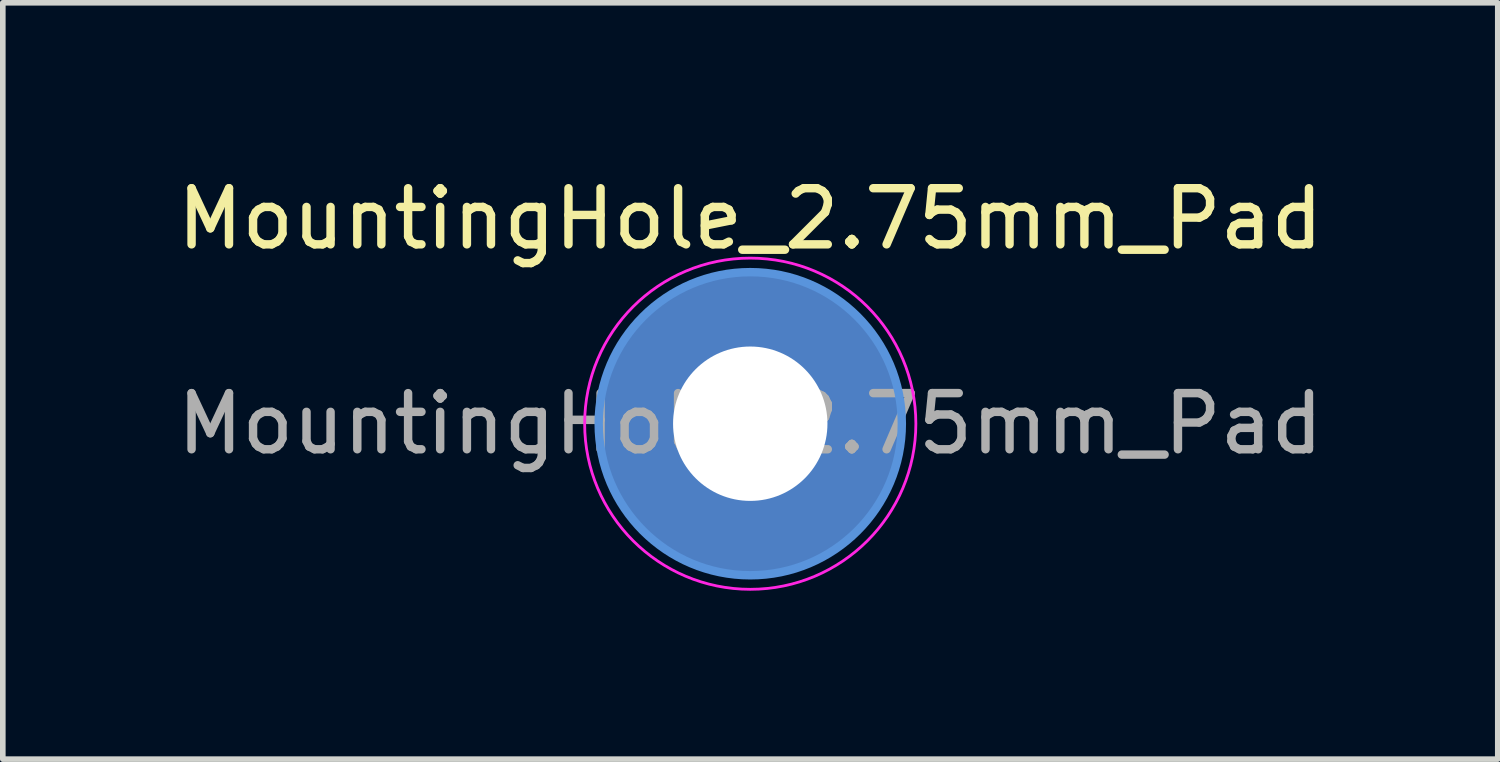
<source format=kicad_pcb>
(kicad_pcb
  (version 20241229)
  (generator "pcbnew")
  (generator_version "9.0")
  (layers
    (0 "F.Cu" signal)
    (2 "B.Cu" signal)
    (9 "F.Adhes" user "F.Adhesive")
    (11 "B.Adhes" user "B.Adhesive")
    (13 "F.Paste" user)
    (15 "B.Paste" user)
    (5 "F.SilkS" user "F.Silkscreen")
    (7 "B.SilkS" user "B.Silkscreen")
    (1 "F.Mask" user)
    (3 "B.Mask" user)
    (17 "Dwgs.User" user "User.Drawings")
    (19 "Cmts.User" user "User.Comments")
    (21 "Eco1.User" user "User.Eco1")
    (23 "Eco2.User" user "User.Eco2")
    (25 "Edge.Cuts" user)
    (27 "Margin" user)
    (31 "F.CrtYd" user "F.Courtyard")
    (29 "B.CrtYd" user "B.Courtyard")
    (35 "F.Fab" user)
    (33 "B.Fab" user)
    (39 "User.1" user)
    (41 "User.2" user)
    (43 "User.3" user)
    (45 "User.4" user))
  (footprint "MountingHole_2.75mm_Pad"
    (layer "F.Cu")
    (at 10.315 4.498)
    (property "Reference" "MountingHole_2.75mm_Pad" (at 0 -3.65 0) (layer "F.SilkS") (effects (font (size 1 1) (thickness 0.15))))
    (attr exclude_from_pos_files exclude_from_bom)
    (fp_circle (center 0 0) (end 2.7 0) (stroke (width 0.15) (type solid)) (fill no) (layer "Cmts.User"))
    (fp_circle (center 0 0) (end 2.95 0) (stroke (width 0.05) (type solid)) (fill no) (layer "F.CrtYd"))
    (fp_text user "${REFERENCE}" (at 0 0 0) (layer "F.Fab") (effects (font (size 1 1) (thickness 0.15))))
    (pad "1" thru_hole circle (at 0 0) (size 5.4 5.4) (drill 2.75) (layers "*.Cu" "*.Mask") (remove_unused_layers yes) (keep_end_layers yes) (zone_layer_connections)))
  (gr_rect
    (start -3 -3)
    (end 23.631 10.473)
    (stroke (width 0.1) (type default))
    (fill no)
    (layer "Edge.Cuts")))
</source>
